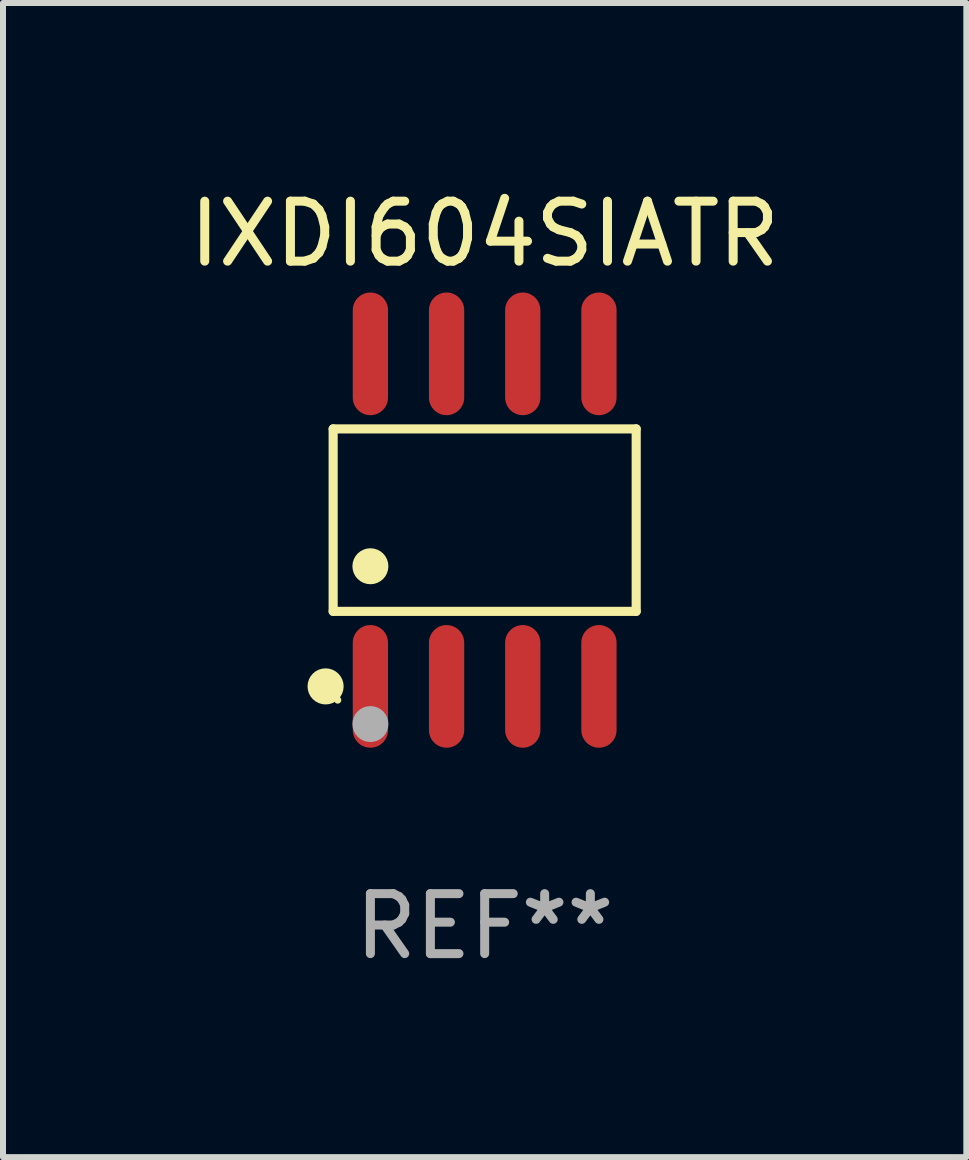
<source format=kicad_pcb>
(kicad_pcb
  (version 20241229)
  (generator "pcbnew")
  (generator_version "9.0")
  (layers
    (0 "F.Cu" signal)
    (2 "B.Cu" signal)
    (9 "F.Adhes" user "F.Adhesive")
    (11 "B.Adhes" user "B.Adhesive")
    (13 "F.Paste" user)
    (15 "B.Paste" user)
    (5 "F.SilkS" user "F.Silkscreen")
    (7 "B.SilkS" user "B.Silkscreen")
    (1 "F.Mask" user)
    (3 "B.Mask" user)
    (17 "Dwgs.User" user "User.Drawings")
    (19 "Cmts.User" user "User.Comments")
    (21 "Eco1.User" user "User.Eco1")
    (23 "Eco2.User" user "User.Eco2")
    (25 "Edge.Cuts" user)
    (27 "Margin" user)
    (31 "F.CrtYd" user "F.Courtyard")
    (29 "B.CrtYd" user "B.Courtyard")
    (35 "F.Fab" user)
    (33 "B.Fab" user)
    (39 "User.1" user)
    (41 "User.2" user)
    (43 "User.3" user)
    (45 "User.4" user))
  (footprint "IXDI604SIATR"
    (layer "F.Cu")
    (at 5.03 5.621)
    (property "Reference" "IXDI604SIATR" (at 0 -4.772 0) (layer "F.SilkS") (effects (font (size 1 1) (thickness 0.15))))
    (attr through_hole)
    (fp_line (start -2.526 -1.521) (end 2.526 -1.521) (stroke (width 0.152) (type solid)) (layer "F.SilkS"))
    (fp_line (start -2.526 1.521) (end -2.526 -1.521) (stroke (width 0.152) (type solid)) (layer "F.SilkS"))
    (fp_line (start 2.526 -1.521) (end 2.526 1.521) (stroke (width 0.152) (type solid)) (layer "F.SilkS"))
    (fp_line (start 2.526 1.521) (end -2.526 1.521) (stroke (width 0.152) (type solid)) (layer "F.SilkS"))
    (fp_circle (center -2.652 2.772) (end -2.501 2.772) (stroke (width 0.3) (type solid)) (fill no) (layer "F.SilkS"))
    (fp_circle (center -2.45 3) (end -2.42 3) (stroke (width 0.06) (type solid)) (fill no) (layer "F.SilkS"))
    (fp_circle (center -1.905 0.769) (end -1.755 0.769) (stroke (width 0.3) (type solid)) (fill no) (layer "F.SilkS"))
    (fp_circle (center -1.905 3.4) (end -1.755 3.4) (stroke (width 0.3) (type solid)) (fill no) (layer "F.Fab"))
    (fp_text user "REF**" (at 0 6.772 0) (layer "F.Fab") (effects (font (size 1 1) (thickness 0.15))))
    (pad "1" smd oval (at -1.905 2.772) (size 0.588 2.045) (layers "F.Cu" "F.Mask" "F.Paste"))
    (pad "2" smd oval (at -0.635 2.772) (size 0.588 2.045) (layers "F.Cu" "F.Mask" "F.Paste"))
    (pad "3" smd oval (at 0.635 2.772) (size 0.588 2.045) (layers "F.Cu" "F.Mask" "F.Paste"))
    (pad "4" smd oval (at 1.905 2.772) (size 0.588 2.045) (layers "F.Cu" "F.Mask" "F.Paste"))
    (pad "5" smd oval (at 1.905 -2.772) (size 0.588 2.045) (layers "F.Cu" "F.Mask" "F.Paste"))
    (pad "6" smd oval (at 0.635 -2.772) (size 0.588 2.045) (layers "F.Cu" "F.Mask" "F.Paste"))
    (pad "7" smd oval (at -0.635 -2.772) (size 0.588 2.045) (layers "F.Cu" "F.Mask" "F.Paste"))
    (pad "8" smd oval (at -1.905 -2.772) (size 0.588 2.045) (layers "F.Cu" "F.Mask" "F.Paste")))
  (gr_rect
    (start -3 -3)
    (end 13.06 16.241)
    (stroke (width 0.1) (type default))
    (fill no)
    (layer "Edge.Cuts")))
</source>
